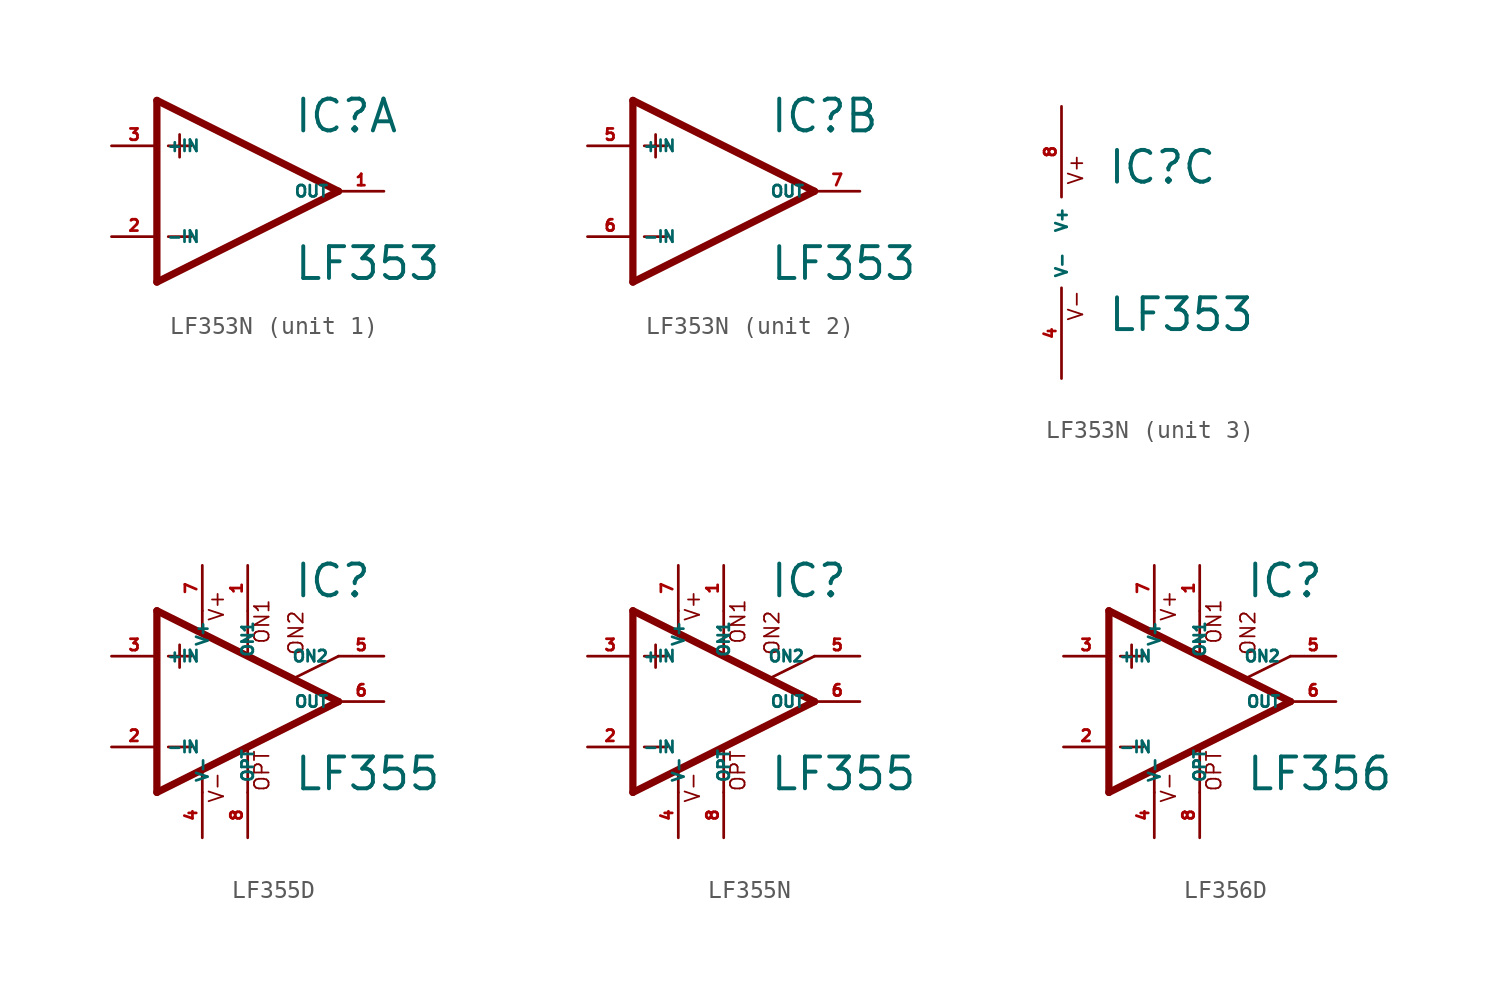
<source format=kicad_sym>
(kicad_symbol_lib
  (version 20220914)
  (generator Eagle2Kicad)
  (symbol "LF353N"
    (property "Reference" "IC"
      (at 2.54 3.175 0)
      (effects (font (size 1.778 1.778) (thickness 0.22)) (justify left bottom)))
    (property "Value" "LF353"
      (at 2.54 -5.08 0)
      (effects (font (size 1.778 1.778) (thickness 0.22)) (justify left bottom)))
    (symbol "LF353N_1_0"
      (polyline (pts (xy -5.08 5.08) (xy -5.08 -5.08)) (stroke (width 0.406) (type default)) (fill (type none)))
      (polyline (pts (xy -5.08 -5.08) (xy 5.08 0)) (stroke (width 0.406) (type default)) (fill (type none)))
      (polyline (pts (xy 5.08 0) (xy -5.08 5.08)) (stroke (width 0.406) (type default)) (fill (type none)))
      (polyline (pts (xy -3.81 3.175) (xy -3.81 1.905)) (stroke (width 0.152) (type default)) (fill (type none)))
      (polyline (pts (xy -4.445 2.54) (xy -3.175 2.54)) (stroke (width 0.152) (type default)) (fill (type none)))
      (polyline (pts (xy -4.445 -2.54) (xy -3.175 -2.54)) (stroke (width 0.152) (type default)) (fill (type none)))
      (pin input line (at -7.62 -2.54 0) (length 2.54) (name "-IN" (effects (font (size 0.635 0.635) (thickness 0.08)) (justify left bottom))) (number "2" (effects (font (size 0.635 0.635) (thickness 0.08)) (justify left bottom))))
      (pin input line (at -7.62 2.54 0) (length 2.54) (name "+IN" (effects (font (size 0.635 0.635) (thickness 0.08)) (justify left bottom))) (number "3" (effects (font (size 0.635 0.635) (thickness 0.08)) (justify left bottom))))
      (pin output line (at 7.62 0 180) (length 2.54) (name "OUT" (effects (font (size 0.635 0.635) (thickness 0.08)) (justify left bottom))) (number "1" (effects (font (size 0.635 0.635) (thickness 0.08)) (justify left bottom)))))
    (symbol "LF353N_2_0"
      (polyline (pts (xy -5.08 5.08) (xy -5.08 -5.08)) (stroke (width 0.406) (type default)) (fill (type none)))
      (polyline (pts (xy -5.08 -5.08) (xy 5.08 0)) (stroke (width 0.406) (type default)) (fill (type none)))
      (polyline (pts (xy 5.08 0) (xy -5.08 5.08)) (stroke (width 0.406) (type default)) (fill (type none)))
      (polyline (pts (xy -3.81 3.175) (xy -3.81 1.905)) (stroke (width 0.152) (type default)) (fill (type none)))
      (polyline (pts (xy -4.445 2.54) (xy -3.175 2.54)) (stroke (width 0.152) (type default)) (fill (type none)))
      (polyline (pts (xy -4.445 -2.54) (xy -3.175 -2.54)) (stroke (width 0.152) (type default)) (fill (type none)))
      (pin input line (at -7.62 -2.54 0) (length 2.54) (name "-IN" (effects (font (size 0.635 0.635) (thickness 0.08)) (justify left bottom))) (number "6" (effects (font (size 0.635 0.635) (thickness 0.08)) (justify left bottom))))
      (pin input line (at -7.62 2.54 0) (length 2.54) (name "+IN" (effects (font (size 0.635 0.635) (thickness 0.08)) (justify left bottom))) (number "5" (effects (font (size 0.635 0.635) (thickness 0.08)) (justify left bottom))))
      (pin output line (at 7.62 0 180) (length 2.54) (name "OUT" (effects (font (size 0.635 0.635) (thickness 0.08)) (justify left bottom))) (number "7" (effects (font (size 0.635 0.635) (thickness 0.08)) (justify left bottom)))))
    (symbol "LF353N_3_0"
      (text "V+" (at 1.27 3.175 900) (effects (font (size 0.813 0.813) (thickness 0.10)) (justify left bottom)))
      (text "V-" (at 1.27 -4.445 900) (effects (font (size 0.813 0.813) (thickness 0.10)) (justify left bottom)))
      (pin unspecified line (at 0 7.62 270) (length 5.08) (name "V+" (effects (font (size 0.635 0.635) (thickness 0.08)) (justify left bottom))) (number "8" (effects (font (size 0.635 0.635) (thickness 0.08)) (justify left bottom))))
      (pin unspecified line (at 0 -7.62 90) (length 5.08) (name "V-" (effects (font (size 0.635 0.635) (thickness 0.08)) (justify left bottom))) (number "4" (effects (font (size 0.635 0.635) (thickness 0.08)) (justify left bottom))))))
  (symbol "LF355D"
    (property "Reference" "IC"
      (at 2.54 5.715 0)
      (effects (font (size 1.778 1.778) (thickness 0.22)) (justify left bottom)))
    (property "Value" "LF355"
      (at 2.54 -5.08 0)
      (effects (font (size 1.778 1.778) (thickness 0.22)) (justify left bottom)))
    (polyline
      (pts (xy -3.81 3.175) (xy -3.81 1.905))
      (stroke (width 0.152) (type default))
      (fill (type none)))
    (polyline
      (pts (xy -4.445 2.54) (xy -3.175 2.54))
      (stroke (width 0.152) (type default))
      (fill (type none)))
    (polyline
      (pts (xy -4.445 -2.54) (xy -3.175 -2.54))
      (stroke (width 0.152) (type default))
      (fill (type none)))
    (polyline
      (pts (xy -2.54 5.08) (xy -2.54 3.886))
      (stroke (width 0.152) (type default))
      (fill (type none)))
    (polyline
      (pts (xy 0 5.055) (xy 0 2.616))
      (stroke (width 0.152) (type default))
      (fill (type none)))
    (polyline
      (pts (xy 0 -2.616) (xy 0 -5.08))
      (stroke (width 0.152) (type default))
      (fill (type none)))
    (polyline
      (pts (xy -2.54 -3.912) (xy -2.54 -5.08))
      (stroke (width 0.152) (type default))
      (fill (type none)))
    (polyline
      (pts (xy 5.08 2.54) (xy 2.616 1.321))
      (stroke (width 0.152) (type default))
      (fill (type none)))
    (polyline
      (pts (xy 5.08 0) (xy -5.08 5.08))
      (stroke (width 0.406) (type default))
      (fill (type none)))
    (polyline
      (pts (xy -5.08 5.08) (xy -5.08 -5.08))
      (stroke (width 0.406) (type default))
      (fill (type none)))
    (polyline
      (pts (xy -5.08 -5.08) (xy 5.08 0))
      (stroke (width 0.406) (type default))
      (fill (type none)))
    (text "ON1"
      (at 1.27 3.175 900)
      (effects (font (size 0.813 0.813) (thickness 0.10)) (justify left bottom)))
    (text "ON2"
      (at 3.175 2.54 900)
      (effects (font (size 0.813 0.813) (thickness 0.10)) (justify left bottom)))
    (text "OPT"
      (at 1.27 -5.08 900)
      (effects (font (size 0.813 0.813) (thickness 0.10)) (justify left bottom)))
    (text "V+"
      (at -1.27 4.445 900)
      (effects (font (size 0.813 0.813) (thickness 0.10)) (justify left bottom)))
    (text "V-"
      (at -1.27 -5.715 900)
      (effects (font (size 0.813 0.813) (thickness 0.10)) (justify left bottom)))
    (pin passive line
      (at 7.62 2.54 180)
      (length 2.54)
      (name "ON2" (effects (font (size 0.635 0.635) (thickness 0.08)) (justify left bottom)))
      (number "5" (effects (font (size 0.635 0.635) (thickness 0.08)) (justify left bottom))))
    (pin passive line
      (at 0 7.62 270)
      (length 2.54)
      (name "ON1" (effects (font (size 0.635 0.635) (thickness 0.08)) (justify left bottom)))
      (number "1" (effects (font (size 0.635 0.635) (thickness 0.08)) (justify left bottom))))
    (pin input line
      (at -7.62 -2.54 0)
      (length 2.54)
      (name "-IN" (effects (font (size 0.635 0.635) (thickness 0.08)) (justify left bottom)))
      (number "2" (effects (font (size 0.635 0.635) (thickness 0.08)) (justify left bottom))))
    (pin input line
      (at -7.62 2.54 0)
      (length 2.54)
      (name "+IN" (effects (font (size 0.635 0.635) (thickness 0.08)) (justify left bottom)))
      (number "3" (effects (font (size 0.635 0.635) (thickness 0.08)) (justify left bottom))))
    (pin output line
      (at 7.62 0 180)
      (length 2.54)
      (name "OUT" (effects (font (size 0.635 0.635) (thickness 0.08)) (justify left bottom)))
      (number "6" (effects (font (size 0.635 0.635) (thickness 0.08)) (justify left bottom))))
    (pin passive line
      (at 0 -7.62 90)
      (length 2.54)
      (name "OPT" (effects (font (size 0.635 0.635) (thickness 0.08)) (justify left bottom)))
      (number "8" (effects (font (size 0.635 0.635) (thickness 0.08)) (justify left bottom))))
    (pin unspecified line
      (at -2.54 7.62 270)
      (length 2.54)
      (name "V+" (effects (font (size 0.635 0.635) (thickness 0.08)) (justify left bottom)))
      (number "7" (effects (font (size 0.635 0.635) (thickness 0.08)) (justify left bottom))))
    (pin unspecified line
      (at -2.54 -7.62 90)
      (length 2.54)
      (name "V-" (effects (font (size 0.635 0.635) (thickness 0.08)) (justify left bottom)))
      (number "4" (effects (font (size 0.635 0.635) (thickness 0.08)) (justify left bottom)))))
  (symbol "LF355N"
    (property "Reference" "IC"
      (at 2.54 5.715 0)
      (effects (font (size 1.778 1.778) (thickness 0.22)) (justify left bottom)))
    (property "Value" "LF355"
      (at 2.54 -5.08 0)
      (effects (font (size 1.778 1.778) (thickness 0.22)) (justify left bottom)))
    (polyline
      (pts (xy -3.81 3.175) (xy -3.81 1.905))
      (stroke (width 0.152) (type default))
      (fill (type none)))
    (polyline
      (pts (xy -4.445 2.54) (xy -3.175 2.54))
      (stroke (width 0.152) (type default))
      (fill (type none)))
    (polyline
      (pts (xy -4.445 -2.54) (xy -3.175 -2.54))
      (stroke (width 0.152) (type default))
      (fill (type none)))
    (polyline
      (pts (xy -2.54 5.08) (xy -2.54 3.886))
      (stroke (width 0.152) (type default))
      (fill (type none)))
    (polyline
      (pts (xy 0 5.055) (xy 0 2.616))
      (stroke (width 0.152) (type default))
      (fill (type none)))
    (polyline
      (pts (xy 0 -2.616) (xy 0 -5.08))
      (stroke (width 0.152) (type default))
      (fill (type none)))
    (polyline
      (pts (xy -2.54 -3.912) (xy -2.54 -5.08))
      (stroke (width 0.152) (type default))
      (fill (type none)))
    (polyline
      (pts (xy 5.08 2.54) (xy 2.616 1.321))
      (stroke (width 0.152) (type default))
      (fill (type none)))
    (polyline
      (pts (xy 5.08 0) (xy -5.08 5.08))
      (stroke (width 0.406) (type default))
      (fill (type none)))
    (polyline
      (pts (xy -5.08 5.08) (xy -5.08 -5.08))
      (stroke (width 0.406) (type default))
      (fill (type none)))
    (polyline
      (pts (xy -5.08 -5.08) (xy 5.08 0))
      (stroke (width 0.406) (type default))
      (fill (type none)))
    (text "ON1"
      (at 1.27 3.175 900)
      (effects (font (size 0.813 0.813) (thickness 0.10)) (justify left bottom)))
    (text "ON2"
      (at 3.175 2.54 900)
      (effects (font (size 0.813 0.813) (thickness 0.10)) (justify left bottom)))
    (text "OPT"
      (at 1.27 -5.08 900)
      (effects (font (size 0.813 0.813) (thickness 0.10)) (justify left bottom)))
    (text "V+"
      (at -1.27 4.445 900)
      (effects (font (size 0.813 0.813) (thickness 0.10)) (justify left bottom)))
    (text "V-"
      (at -1.27 -5.715 900)
      (effects (font (size 0.813 0.813) (thickness 0.10)) (justify left bottom)))
    (pin passive line
      (at 7.62 2.54 180)
      (length 2.54)
      (name "ON2" (effects (font (size 0.635 0.635) (thickness 0.08)) (justify left bottom)))
      (number "5" (effects (font (size 0.635 0.635) (thickness 0.08)) (justify left bottom))))
    (pin passive line
      (at 0 7.62 270)
      (length 2.54)
      (name "ON1" (effects (font (size 0.635 0.635) (thickness 0.08)) (justify left bottom)))
      (number "1" (effects (font (size 0.635 0.635) (thickness 0.08)) (justify left bottom))))
    (pin input line
      (at -7.62 -2.54 0)
      (length 2.54)
      (name "-IN" (effects (font (size 0.635 0.635) (thickness 0.08)) (justify left bottom)))
      (number "2" (effects (font (size 0.635 0.635) (thickness 0.08)) (justify left bottom))))
    (pin input line
      (at -7.62 2.54 0)
      (length 2.54)
      (name "+IN" (effects (font (size 0.635 0.635) (thickness 0.08)) (justify left bottom)))
      (number "3" (effects (font (size 0.635 0.635) (thickness 0.08)) (justify left bottom))))
    (pin output line
      (at 7.62 0 180)
      (length 2.54)
      (name "OUT" (effects (font (size 0.635 0.635) (thickness 0.08)) (justify left bottom)))
      (number "6" (effects (font (size 0.635 0.635) (thickness 0.08)) (justify left bottom))))
    (pin passive line
      (at 0 -7.62 90)
      (length 2.54)
      (name "OPT" (effects (font (size 0.635 0.635) (thickness 0.08)) (justify left bottom)))
      (number "8" (effects (font (size 0.635 0.635) (thickness 0.08)) (justify left bottom))))
    (pin unspecified line
      (at -2.54 7.62 270)
      (length 2.54)
      (name "V+" (effects (font (size 0.635 0.635) (thickness 0.08)) (justify left bottom)))
      (number "7" (effects (font (size 0.635 0.635) (thickness 0.08)) (justify left bottom))))
    (pin unspecified line
      (at -2.54 -7.62 90)
      (length 2.54)
      (name "V-" (effects (font (size 0.635 0.635) (thickness 0.08)) (justify left bottom)))
      (number "4" (effects (font (size 0.635 0.635) (thickness 0.08)) (justify left bottom)))))
  (symbol "LF356D"
    (property "Reference" "IC"
      (at 2.54 5.715 0)
      (effects (font (size 1.778 1.778) (thickness 0.22)) (justify left bottom)))
    (property "Value" "LF356"
      (at 2.54 -5.08 0)
      (effects (font (size 1.778 1.778) (thickness 0.22)) (justify left bottom)))
    (polyline
      (pts (xy -3.81 3.175) (xy -3.81 1.905))
      (stroke (width 0.152) (type default))
      (fill (type none)))
    (polyline
      (pts (xy -4.445 2.54) (xy -3.175 2.54))
      (stroke (width 0.152) (type default))
      (fill (type none)))
    (polyline
      (pts (xy -4.445 -2.54) (xy -3.175 -2.54))
      (stroke (width 0.152) (type default))
      (fill (type none)))
    (polyline
      (pts (xy -2.54 5.08) (xy -2.54 3.886))
      (stroke (width 0.152) (type default))
      (fill (type none)))
    (polyline
      (pts (xy 0 5.055) (xy 0 2.616))
      (stroke (width 0.152) (type default))
      (fill (type none)))
    (polyline
      (pts (xy 0 -2.616) (xy 0 -5.08))
      (stroke (width 0.152) (type default))
      (fill (type none)))
    (polyline
      (pts (xy -2.54 -3.912) (xy -2.54 -5.08))
      (stroke (width 0.152) (type default))
      (fill (type none)))
    (polyline
      (pts (xy 5.08 2.54) (xy 2.616 1.321))
      (stroke (width 0.152) (type default))
      (fill (type none)))
    (polyline
      (pts (xy 5.08 0) (xy -5.08 5.08))
      (stroke (width 0.406) (type default))
      (fill (type none)))
    (polyline
      (pts (xy -5.08 5.08) (xy -5.08 -5.08))
      (stroke (width 0.406) (type default))
      (fill (type none)))
    (polyline
      (pts (xy -5.08 -5.08) (xy 5.08 0))
      (stroke (width 0.406) (type default))
      (fill (type none)))
    (text "ON1"
      (at 1.27 3.175 900)
      (effects (font (size 0.813 0.813) (thickness 0.10)) (justify left bottom)))
    (text "ON2"
      (at 3.175 2.54 900)
      (effects (font (size 0.813 0.813) (thickness 0.10)) (justify left bottom)))
    (text "OPT"
      (at 1.27 -5.08 900)
      (effects (font (size 0.813 0.813) (thickness 0.10)) (justify left bottom)))
    (text "V+"
      (at -1.27 4.445 900)
      (effects (font (size 0.813 0.813) (thickness 0.10)) (justify left bottom)))
    (text "V-"
      (at -1.27 -5.715 900)
      (effects (font (size 0.813 0.813) (thickness 0.10)) (justify left bottom)))
    (pin passive line
      (at 7.62 2.54 180)
      (length 2.54)
      (name "ON2" (effects (font (size 0.635 0.635) (thickness 0.08)) (justify left bottom)))
      (number "5" (effects (font (size 0.635 0.635) (thickness 0.08)) (justify left bottom))))
    (pin passive line
      (at 0 7.62 270)
      (length 2.54)
      (name "ON1" (effects (font (size 0.635 0.635) (thickness 0.08)) (justify left bottom)))
      (number "1" (effects (font (size 0.635 0.635) (thickness 0.08)) (justify left bottom))))
    (pin input line
      (at -7.62 -2.54 0)
      (length 2.54)
      (name "-IN" (effects (font (size 0.635 0.635) (thickness 0.08)) (justify left bottom)))
      (number "2" (effects (font (size 0.635 0.635) (thickness 0.08)) (justify left bottom))))
    (pin input line
      (at -7.62 2.54 0)
      (length 2.54)
      (name "+IN" (effects (font (size 0.635 0.635) (thickness 0.08)) (justify left bottom)))
      (number "3" (effects (font (size 0.635 0.635) (thickness 0.08)) (justify left bottom))))
    (pin output line
      (at 7.62 0 180)
      (length 2.54)
      (name "OUT" (effects (font (size 0.635 0.635) (thickness 0.08)) (justify left bottom)))
      (number "6" (effects (font (size 0.635 0.635) (thickness 0.08)) (justify left bottom))))
    (pin passive line
      (at 0 -7.62 90)
      (length 2.54)
      (name "OPT" (effects (font (size 0.635 0.635) (thickness 0.08)) (justify left bottom)))
      (number "8" (effects (font (size 0.635 0.635) (thickness 0.08)) (justify left bottom))))
    (pin unspecified line
      (at -2.54 7.62 270)
      (length 2.54)
      (name "V+" (effects (font (size 0.635 0.635) (thickness 0.08)) (justify left bottom)))
      (number "7" (effects (font (size 0.635 0.635) (thickness 0.08)) (justify left bottom))))
    (pin unspecified line
      (at -2.54 -7.62 90)
      (length 2.54)
      (name "V-" (effects (font (size 0.635 0.635) (thickness 0.08)) (justify left bottom)))
      (number "4" (effects (font (size 0.635 0.635) (thickness 0.08)) (justify left bottom))))))
</source>
